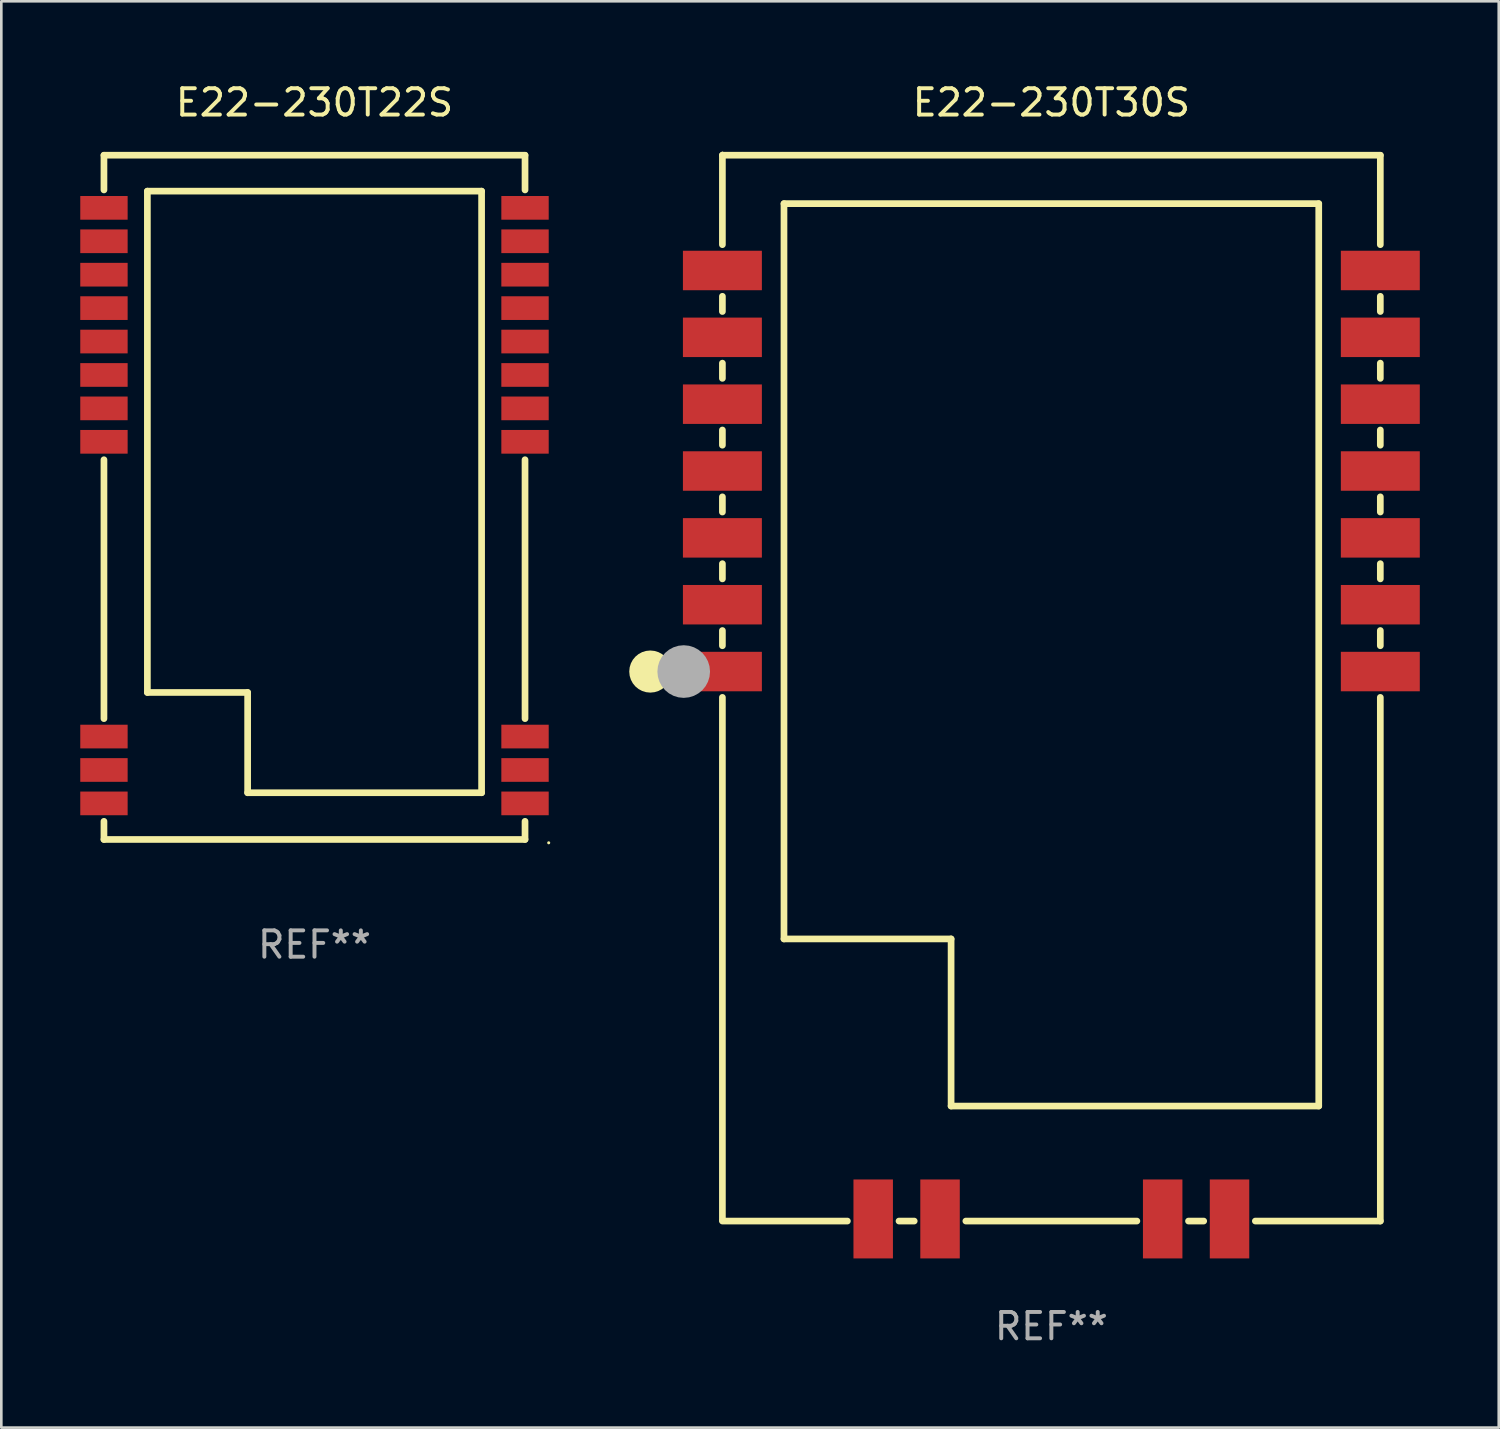
<source format=kicad_pcb>
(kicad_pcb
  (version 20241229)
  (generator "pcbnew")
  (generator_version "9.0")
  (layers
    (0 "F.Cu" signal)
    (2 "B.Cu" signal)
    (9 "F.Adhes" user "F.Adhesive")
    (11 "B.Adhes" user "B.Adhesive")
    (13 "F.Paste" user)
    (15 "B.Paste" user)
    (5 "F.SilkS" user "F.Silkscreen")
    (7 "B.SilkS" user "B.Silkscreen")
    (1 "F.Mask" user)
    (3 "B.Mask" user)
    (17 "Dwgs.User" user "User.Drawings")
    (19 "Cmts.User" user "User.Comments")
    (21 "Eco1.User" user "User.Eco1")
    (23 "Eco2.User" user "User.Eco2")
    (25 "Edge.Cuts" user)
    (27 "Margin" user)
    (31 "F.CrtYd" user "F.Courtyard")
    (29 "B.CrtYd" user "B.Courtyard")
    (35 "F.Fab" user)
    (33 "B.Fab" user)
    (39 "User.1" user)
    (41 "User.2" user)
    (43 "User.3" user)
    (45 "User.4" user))
  (footprint "E22-230T22S"
    (layer "F.Cu")
    (at 8.9 15.848)
    (property "Reference" "E22-230T22S" (at 0 -15 0) (layer "F.SilkS") (effects (font (size 1 1) (thickness 0.15))))
    (attr through_hole)
    (fp_line (start -8 -13) (end -8 -11.681) (stroke (width 0.254) (type solid)) (layer "F.SilkS"))
    (fp_line (start -8 -13) (end 8 -13) (stroke (width 0.254) (type solid)) (layer "F.SilkS"))
    (fp_line (start -8 -1.429) (end -8 8.409) (stroke (width 0.254) (type solid)) (layer "F.SilkS"))
    (fp_line (start -8 12.311) (end -8 13) (stroke (width 0.254) (type solid)) (layer "F.SilkS"))
    (fp_line (start -8 13) (end 8 13) (stroke (width 0.254) (type solid)) (layer "F.SilkS"))
    (fp_line (start -6.35 -11.635) (end 6.35 -11.635) (stroke (width 0.254) (type solid)) (layer "F.SilkS"))
    (fp_line (start -6.35 7.415) (end -6.35 -11.635) (stroke (width 0.254) (type solid)) (layer "F.SilkS"))
    (fp_line (start -2.54 7.415) (end -6.35 7.415) (stroke (width 0.254) (type solid)) (layer "F.SilkS"))
    (fp_line (start -2.54 11.225) (end -2.54 7.415) (stroke (width 0.254) (type solid)) (layer "F.SilkS"))
    (fp_line (start 6.35 -11.635) (end 6.35 11.225) (stroke (width 0.254) (type solid)) (layer "F.SilkS"))
    (fp_line (start 6.35 11.225) (end -2.54 11.225) (stroke (width 0.254) (type solid)) (layer "F.SilkS"))
    (fp_line (start 8 -13) (end 8 -11.681) (stroke (width 0.254) (type solid)) (layer "F.SilkS"))
    (fp_line (start 8 -1.429) (end 8 8.409) (stroke (width 0.254) (type solid)) (layer "F.SilkS"))
    (fp_line (start 8 12.311) (end 8 13) (stroke (width 0.254) (type solid)) (layer "F.SilkS"))
    (fp_circle (center 8.9 13.127) (end 8.93 13.127) (stroke (width 0.06) (type solid)) (fill no) (layer "F.SilkS"))
    (fp_text user "REF**" (at 0 17 0) (layer "F.Fab") (effects (font (size 1 1) (thickness 0.15))))
    (pad "1" smd rect (at 8 11.63) (size 1.8 0.9) (layers "F.Cu" "F.Mask" "F.Paste"))
    (pad "2" smd rect (at 8 10.36) (size 1.8 0.9) (layers "F.Cu" "F.Mask" "F.Paste"))
    (pad "3" smd rect (at 8 9.09) (size 1.8 0.9) (layers "F.Cu" "F.Mask" "F.Paste"))
    (pad "4" smd rect (at 8 -2.11) (size 1.8 0.9) (layers "F.Cu" "F.Mask" "F.Paste"))
    (pad "5" smd rect (at 8 -3.38) (size 1.8 0.9) (layers "F.Cu" "F.Mask" "F.Paste"))
    (pad "6" smd rect (at 8 -4.65) (size 1.8 0.9) (layers "F.Cu" "F.Mask" "F.Paste"))
    (pad "7" smd rect (at 8 -5.92) (size 1.8 0.9) (layers "F.Cu" "F.Mask" "F.Paste"))
    (pad "8" smd rect (at 8 -7.19) (size 1.8 0.9) (layers "F.Cu" "F.Mask" "F.Paste"))
    (pad "9" smd rect (at 8 -8.46) (size 1.8 0.9) (layers "F.Cu" "F.Mask" "F.Paste"))
    (pad "10" smd rect (at 8 -9.73) (size 1.8 0.9) (layers "F.Cu" "F.Mask" "F.Paste"))
    (pad "11" smd rect (at 8 -11) (size 1.8 0.9) (layers "F.Cu" "F.Mask" "F.Paste"))
    (pad "12" smd rect (at -8 -11) (size 1.8 0.9) (layers "F.Cu" "F.Mask" "F.Paste"))
    (pad "13" smd rect (at -8 -9.73) (size 1.8 0.9) (layers "F.Cu" "F.Mask" "F.Paste"))
    (pad "14" smd rect (at -8 -8.46) (size 1.8 0.9) (layers "F.Cu" "F.Mask" "F.Paste"))
    (pad "15" smd rect (at -8 -7.19) (size 1.8 0.9) (layers "F.Cu" "F.Mask" "F.Paste"))
    (pad "16" smd rect (at -8 -5.92) (size 1.8 0.9) (layers "F.Cu" "F.Mask" "F.Paste"))
    (pad "17" smd rect (at -8 -4.65) (size 1.8 0.9) (layers "F.Cu" "F.Mask" "F.Paste"))
    (pad "18" smd rect (at -8 -3.38) (size 1.8 0.9) (layers "F.Cu" "F.Mask" "F.Paste"))
    (pad "19" smd rect (at -8 -2.11) (size 1.8 0.9) (layers "F.Cu" "F.Mask" "F.Paste"))
    (pad "20" smd rect (at -8 9.09) (size 1.8 0.9) (layers "F.Cu" "F.Mask" "F.Paste"))
    (pad "21" smd rect (at -8 10.36) (size 1.8 0.9) (layers "F.Cu" "F.Mask" "F.Paste"))
    (pad "22" smd rect (at -8 11.63) (size 1.8 0.9) (layers "F.Cu" "F.Mask" "F.Paste")))
  (footprint "E22-230T30S"
    (layer "F.Cu")
    (at 36.9 23.098)
    (property "Reference" "E22-230T30S" (at 0 -22.25 0) (layer "F.SilkS") (effects (font (size 1 1) (thickness 0.15))))
    (attr through_hole)
    (fp_line (start -12.5 -20.25) (end -12.5 -16.851) (stroke (width 0.254) (type solid)) (layer "F.SilkS"))
    (fp_line (start -12.5 -20.25) (end 12.5 -20.25) (stroke (width 0.254) (type solid)) (layer "F.SilkS"))
    (fp_line (start -12.5 -14.889) (end -12.5 -14.311) (stroke (width 0.254) (type solid)) (layer "F.SilkS"))
    (fp_line (start -12.5 -12.349) (end -12.5 -11.771) (stroke (width 0.254) (type solid)) (layer "F.SilkS"))
    (fp_line (start -12.5 -9.809) (end -12.5 -9.231) (stroke (width 0.254) (type solid)) (layer "F.SilkS"))
    (fp_line (start -12.5 -7.269) (end -12.5 -6.691) (stroke (width 0.254) (type solid)) (layer "F.SilkS"))
    (fp_line (start -12.5 -4.729) (end -12.5 -4.151) (stroke (width 0.254) (type solid)) (layer "F.SilkS"))
    (fp_line (start -12.5 -2.189) (end -12.5 -1.611) (stroke (width 0.254) (type solid)) (layer "F.SilkS"))
    (fp_line (start -12.5 0.351) (end -12.5 20.198) (stroke (width 0.254) (type solid)) (layer "F.SilkS"))
    (fp_line (start -12.5 20.25) (end -7.751 20.25) (stroke (width 0.254) (type solid)) (layer "F.SilkS"))
    (fp_line (start -10.16 -18.41) (end 10.16 -18.41) (stroke (width 0.254) (type solid)) (layer "F.SilkS"))
    (fp_line (start -10.16 9.53) (end -10.16 -18.41) (stroke (width 0.254) (type solid)) (layer "F.SilkS"))
    (fp_line (start -5.789 20.25) (end -5.211 20.25) (stroke (width 0.254) (type solid)) (layer "F.SilkS"))
    (fp_line (start -3.81 9.53) (end -10.16 9.53) (stroke (width 0.254) (type solid)) (layer "F.SilkS"))
    (fp_line (start -3.81 15.88) (end -3.81 9.53) (stroke (width 0.254) (type solid)) (layer "F.SilkS"))
    (fp_line (start -3.249 20.25) (end 3.249 20.25) (stroke (width 0.254) (type solid)) (layer "F.SilkS"))
    (fp_line (start 5.211 20.25) (end 5.789 20.25) (stroke (width 0.254) (type solid)) (layer "F.SilkS"))
    (fp_line (start 7.751 20.25) (end 12.5 20.25) (stroke (width 0.254) (type solid)) (layer "F.SilkS"))
    (fp_line (start 10.16 -18.41) (end 10.16 15.88) (stroke (width 0.254) (type solid)) (layer "F.SilkS"))
    (fp_line (start 10.16 15.88) (end -3.81 15.88) (stroke (width 0.254) (type solid)) (layer "F.SilkS"))
    (fp_line (start 12.5 -16.851) (end 12.5 -20.25) (stroke (width 0.254) (type solid)) (layer "F.SilkS"))
    (fp_line (start 12.5 -14.311) (end 12.5 -14.889) (stroke (width 0.254) (type solid)) (layer "F.SilkS"))
    (fp_line (start 12.5 -11.771) (end 12.5 -12.349) (stroke (width 0.254) (type solid)) (layer "F.SilkS"))
    (fp_line (start 12.5 -9.231) (end 12.5 -9.809) (stroke (width 0.254) (type solid)) (layer "F.SilkS"))
    (fp_line (start 12.5 -6.691) (end 12.5 -7.269) (stroke (width 0.254) (type solid)) (layer "F.SilkS"))
    (fp_line (start 12.5 -4.151) (end 12.5 -4.729) (stroke (width 0.254) (type solid)) (layer "F.SilkS"))
    (fp_line (start 12.5 -1.611) (end 12.5 -2.189) (stroke (width 0.254) (type solid)) (layer "F.SilkS"))
    (fp_line (start 12.5 20.25) (end 12.5 0.351) (stroke (width 0.254) (type solid)) (layer "F.SilkS"))
    (fp_circle (center -15.24 -0.63) (end -14.84 -0.63) (stroke (width 0.8) (type solid)) (fill no) (layer "F.SilkS"))
    (fp_circle (center -12.5 -20.33) (end -12.47 -20.33) (stroke (width 0.06) (type solid)) (fill no) (layer "F.SilkS"))
    (fp_circle (center -13.97 -0.63) (end -13.47 -0.63) (stroke (width 1) (type solid)) (fill no) (layer "F.Fab"))
    (fp_text user "REF**" (at 0 24.25 0) (layer "F.Fab") (effects (font (size 1 1) (thickness 0.15))))
    (pad "1" smd rect (at -12.5 -0.63) (size 3 1.5) (layers "F.Cu" "F.Mask" "F.Paste"))
    (pad "2" smd rect (at -12.5 -3.17) (size 3 1.5) (layers "F.Cu" "F.Mask" "F.Paste"))
    (pad "3" smd rect (at -12.5 -5.71) (size 3 1.5) (layers "F.Cu" "F.Mask" "F.Paste"))
    (pad "4" smd rect (at -12.5 -8.25) (size 3 1.5) (layers "F.Cu" "F.Mask" "F.Paste"))
    (pad "5" smd rect (at -12.5 -10.79) (size 3 1.5) (layers "F.Cu" "F.Mask" "F.Paste"))
    (pad "6" smd rect (at -12.5 -13.33) (size 3 1.5) (layers "F.Cu" "F.Mask" "F.Paste"))
    (pad "7" smd rect (at -12.5 -15.87) (size 3 1.5) (layers "F.Cu" "F.Mask" "F.Paste"))
    (pad "8" smd rect (at 12.5 -15.87) (size 3 1.5) (layers "F.Cu" "F.Mask" "F.Paste"))
    (pad "9" smd rect (at 12.5 -13.33) (size 3 1.5) (layers "F.Cu" "F.Mask" "F.Paste"))
    (pad "10" smd rect (at 12.5 -10.79) (size 3 1.5) (layers "F.Cu" "F.Mask" "F.Paste"))
    (pad "11" smd rect (at 12.5 -8.25) (size 3 1.5) (layers "F.Cu" "F.Mask" "F.Paste"))
    (pad "12" smd rect (at 12.5 -5.71) (size 3 1.5) (layers "F.Cu" "F.Mask" "F.Paste"))
    (pad "13" smd rect (at 12.5 -3.17) (size 3 1.5) (layers "F.Cu" "F.Mask" "F.Paste"))
    (pad "14" smd rect (at 12.5 -0.63) (size 3 1.5) (layers "F.Cu" "F.Mask" "F.Paste"))
    (pad "15" smd rect (at 6.77 20.17 90) (size 3 1.5) (layers "F.Cu" "F.Mask" "F.Paste"))
    (pad "16" smd rect (at 4.23 20.17 90) (size 3 1.5) (layers "F.Cu" "F.Mask" "F.Paste"))
    (pad "17" smd rect (at -4.23 20.17 90) (size 3 1.5) (layers "F.Cu" "F.Mask" "F.Paste"))
    (pad "18" smd rect (at -6.77 20.17 90) (size 3 1.5) (layers "F.Cu" "F.Mask" "F.Paste")))
  (gr_rect
    (start -3 -3)
    (end 53.9 51.197)
    (stroke (width 0.1) (type default))
    (fill no)
    (layer "Edge.Cuts")))
</source>
